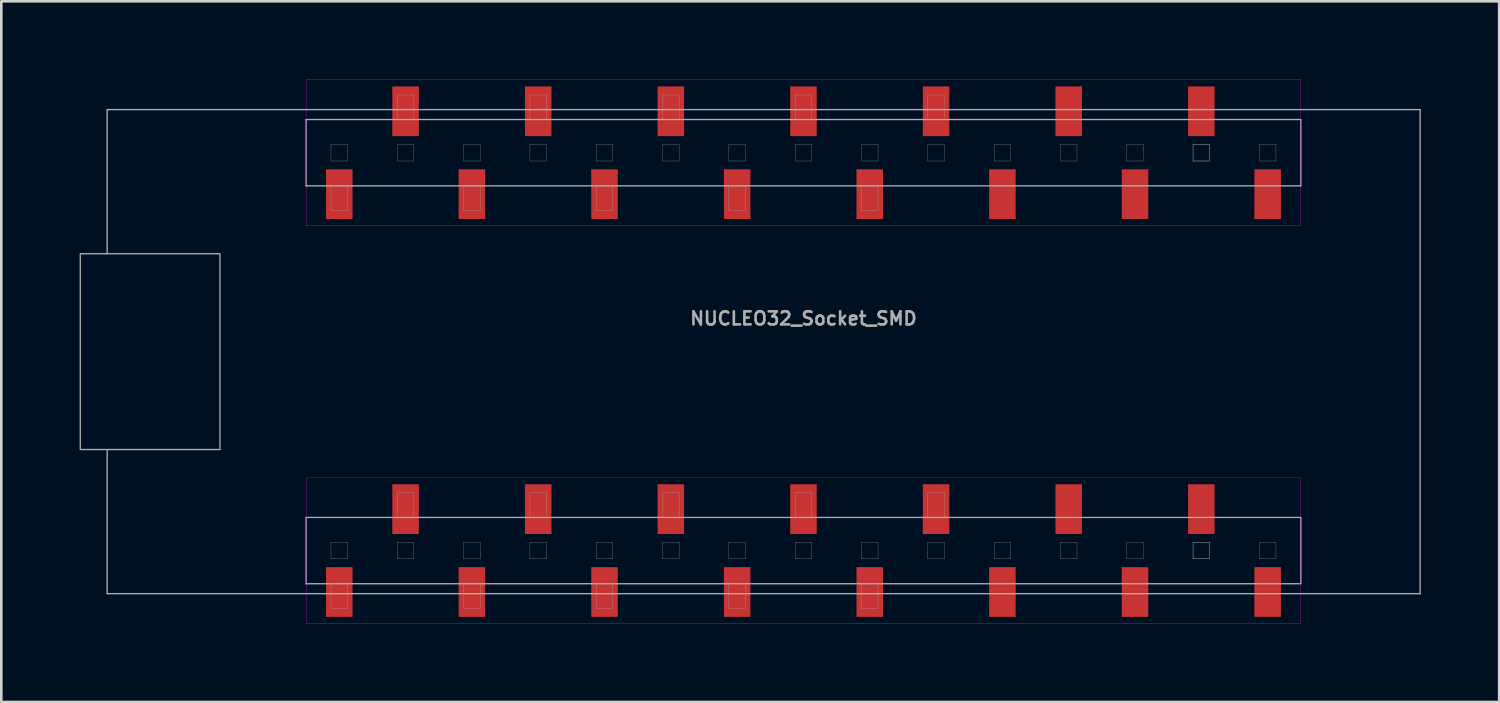
<source format=kicad_pcb>
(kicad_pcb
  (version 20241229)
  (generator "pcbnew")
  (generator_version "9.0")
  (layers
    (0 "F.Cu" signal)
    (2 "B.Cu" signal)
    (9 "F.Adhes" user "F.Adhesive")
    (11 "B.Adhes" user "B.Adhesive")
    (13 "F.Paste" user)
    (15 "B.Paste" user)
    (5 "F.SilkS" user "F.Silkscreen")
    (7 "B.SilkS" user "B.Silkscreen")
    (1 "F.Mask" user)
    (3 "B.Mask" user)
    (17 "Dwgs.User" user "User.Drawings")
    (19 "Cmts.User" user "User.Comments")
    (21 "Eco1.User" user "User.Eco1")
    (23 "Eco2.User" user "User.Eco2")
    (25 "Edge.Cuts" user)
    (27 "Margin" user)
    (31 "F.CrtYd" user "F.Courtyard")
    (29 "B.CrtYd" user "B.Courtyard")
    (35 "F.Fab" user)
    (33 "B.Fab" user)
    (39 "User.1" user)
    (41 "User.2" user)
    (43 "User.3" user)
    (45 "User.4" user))
  (footprint "NUCLEO32_Socket_SMD"
    (layer "F.Cu")
    (at 27.725 10.419)
    (property "Reference" "NUCLEO32_Socket_SMD" (at 0 -1.27 0) (layer "F.Fab") (effects (font (size 0.5 0.5) (thickness 0.1))))
    (attr smd)
    (fp_line (start -19.05 -10.414) (end -19.05 -4.826) (stroke (width 0.01) (type solid)) (layer "F.CrtYd"))
    (fp_line (start -19.05 -4.826) (end 19.05 -4.826) (stroke (width 0.01) (type solid)) (layer "F.CrtYd"))
    (fp_line (start -19.05 4.826) (end -19.05 10.414) (stroke (width 0.01) (type solid)) (layer "F.CrtYd"))
    (fp_line (start -19.05 10.414) (end 19.05 10.414) (stroke (width 0.01) (type solid)) (layer "F.CrtYd"))
    (fp_line (start 19.05 -10.414) (end -19.05 -10.414) (stroke (width 0.01) (type solid)) (layer "F.CrtYd"))
    (fp_line (start 19.05 -4.826) (end 19.05 -10.414) (stroke (width 0.01) (type solid)) (layer "F.CrtYd"))
    (fp_line (start 19.05 4.826) (end -19.05 4.826) (stroke (width 0.01) (type solid)) (layer "F.CrtYd"))
    (fp_line (start 19.05 10.414) (end 19.05 4.826) (stroke (width 0.01) (type solid)) (layer "F.CrtYd"))
    (fp_line (start -26.67 -9.271) (end 23.622 -9.271) (stroke (width 0.05) (type solid)) (layer "F.Fab"))
    (fp_line (start -26.67 -3.75) (end -26.67 -9.271) (stroke (width 0.05) (type solid)) (layer "F.Fab"))
    (fp_line (start -26.67 9.271) (end -26.67 3.75) (stroke (width 0.05) (type solid)) (layer "F.Fab"))
    (fp_line (start -19.05 -8.89) (end -19.05 -6.35) (stroke (width 0.05) (type solid)) (layer "F.Fab"))
    (fp_line (start -19.05 -6.35) (end 19.05 -6.35) (stroke (width 0.05) (type solid)) (layer "F.Fab"))
    (fp_line (start -19.05 6.35) (end -19.05 8.89) (stroke (width 0.05) (type solid)) (layer "F.Fab"))
    (fp_line (start -19.05 8.89) (end 19.05 8.89) (stroke (width 0.05) (type solid)) (layer "F.Fab"))
    (fp_line (start -18.098 -7.938) (end -18.098 -7.303) (stroke (width 0.01) (type solid)) (layer "F.Fab"))
    (fp_line (start -18.098 -7.303) (end -17.462 -7.303) (stroke (width 0.01) (type solid)) (layer "F.Fab"))
    (fp_line (start -18.098 -5.41) (end -18.098 -6.35) (stroke (width 0.01) (type solid)) (layer "F.Fab"))
    (fp_line (start -18.098 7.303) (end -18.098 7.938) (stroke (width 0.01) (type solid)) (layer "F.Fab"))
    (fp_line (start -18.098 7.938) (end -17.462 7.938) (stroke (width 0.01) (type solid)) (layer "F.Fab"))
    (fp_line (start -18.098 9.83) (end -18.098 8.89) (stroke (width 0.01) (type solid)) (layer "F.Fab"))
    (fp_line (start -17.462 -7.938) (end -18.098 -7.938) (stroke (width 0.01) (type solid)) (layer "F.Fab"))
    (fp_line (start -17.462 -7.303) (end -17.462 -7.938) (stroke (width 0.01) (type solid)) (layer "F.Fab"))
    (fp_line (start -17.462 -6.35) (end -17.462 -5.41) (stroke (width 0.01) (type solid)) (layer "F.Fab"))
    (fp_line (start -17.462 -5.41) (end -18.098 -5.41) (stroke (width 0.01) (type solid)) (layer "F.Fab"))
    (fp_line (start -17.462 7.303) (end -18.098 7.303) (stroke (width 0.01) (type solid)) (layer "F.Fab"))
    (fp_line (start -17.462 7.938) (end -17.462 7.303) (stroke (width 0.01) (type solid)) (layer "F.Fab"))
    (fp_line (start -17.462 8.89) (end -17.462 9.83) (stroke (width 0.01) (type solid)) (layer "F.Fab"))
    (fp_line (start -17.462 9.83) (end -18.098 9.83) (stroke (width 0.01) (type solid)) (layer "F.Fab"))
    (fp_line (start -15.557 -9.83) (end -14.922 -9.83) (stroke (width 0.01) (type solid)) (layer "F.Fab"))
    (fp_line (start -15.557 -8.89) (end -15.557 -9.83) (stroke (width 0.01) (type solid)) (layer "F.Fab"))
    (fp_line (start -15.557 -7.938) (end -15.557 -7.303) (stroke (width 0.01) (type solid)) (layer "F.Fab"))
    (fp_line (start -15.557 -7.303) (end -14.922 -7.303) (stroke (width 0.01) (type solid)) (layer "F.Fab"))
    (fp_line (start -15.557 5.41) (end -14.922 5.41) (stroke (width 0.01) (type solid)) (layer "F.Fab"))
    (fp_line (start -15.557 6.35) (end -15.557 5.41) (stroke (width 0.01) (type solid)) (layer "F.Fab"))
    (fp_line (start -15.557 7.303) (end -15.557 7.938) (stroke (width 0.01) (type solid)) (layer "F.Fab"))
    (fp_line (start -15.557 7.938) (end -14.922 7.938) (stroke (width 0.01) (type solid)) (layer "F.Fab"))
    (fp_line (start -14.922 -9.83) (end -14.922 -8.89) (stroke (width 0.01) (type solid)) (layer "F.Fab"))
    (fp_line (start -14.922 -7.938) (end -15.557 -7.938) (stroke (width 0.01) (type solid)) (layer "F.Fab"))
    (fp_line (start -14.922 -7.303) (end -14.922 -7.938) (stroke (width 0.01) (type solid)) (layer "F.Fab"))
    (fp_line (start -14.922 5.41) (end -14.922 6.35) (stroke (width 0.01) (type solid)) (layer "F.Fab"))
    (fp_line (start -14.922 7.303) (end -15.557 7.303) (stroke (width 0.01) (type solid)) (layer "F.Fab"))
    (fp_line (start -14.922 7.938) (end -14.922 7.303) (stroke (width 0.01) (type solid)) (layer "F.Fab"))
    (fp_line (start -13.018 -7.938) (end -13.018 -7.303) (stroke (width 0.01) (type solid)) (layer "F.Fab"))
    (fp_line (start -13.018 -7.303) (end -12.383 -7.303) (stroke (width 0.01) (type solid)) (layer "F.Fab"))
    (fp_line (start -13.018 -5.41) (end -13.018 -6.35) (stroke (width 0.01) (type solid)) (layer "F.Fab"))
    (fp_line (start -13.018 7.303) (end -13.018 7.938) (stroke (width 0.01) (type solid)) (layer "F.Fab"))
    (fp_line (start -13.018 7.938) (end -12.383 7.938) (stroke (width 0.01) (type solid)) (layer "F.Fab"))
    (fp_line (start -13.018 9.83) (end -13.018 8.89) (stroke (width 0.01) (type solid)) (layer "F.Fab"))
    (fp_line (start -12.383 -7.938) (end -13.018 -7.938) (stroke (width 0.01) (type solid)) (layer "F.Fab"))
    (fp_line (start -12.383 -7.303) (end -12.383 -7.938) (stroke (width 0.01) (type solid)) (layer "F.Fab"))
    (fp_line (start -12.383 -6.35) (end -12.383 -5.41) (stroke (width 0.01) (type solid)) (layer "F.Fab"))
    (fp_line (start -12.383 -5.41) (end -13.018 -5.41) (stroke (width 0.01) (type solid)) (layer "F.Fab"))
    (fp_line (start -12.383 7.303) (end -13.018 7.303) (stroke (width 0.01) (type solid)) (layer "F.Fab"))
    (fp_line (start -12.383 7.938) (end -12.383 7.303) (stroke (width 0.01) (type solid)) (layer "F.Fab"))
    (fp_line (start -12.383 8.89) (end -12.383 9.83) (stroke (width 0.01) (type solid)) (layer "F.Fab"))
    (fp_line (start -12.383 9.83) (end -13.018 9.83) (stroke (width 0.01) (type solid)) (layer "F.Fab"))
    (fp_line (start -10.477 -9.83) (end -9.842 -9.83) (stroke (width 0.01) (type solid)) (layer "F.Fab"))
    (fp_line (start -10.477 -8.89) (end -10.477 -9.83) (stroke (width 0.01) (type solid)) (layer "F.Fab"))
    (fp_line (start -10.477 -7.938) (end -10.477 -7.303) (stroke (width 0.01) (type solid)) (layer "F.Fab"))
    (fp_line (start -10.477 -7.303) (end -9.842 -7.303) (stroke (width 0.01) (type solid)) (layer "F.Fab"))
    (fp_line (start -10.477 5.41) (end -9.842 5.41) (stroke (width 0.01) (type solid)) (layer "F.Fab"))
    (fp_line (start -10.477 6.35) (end -10.477 5.41) (stroke (width 0.01) (type solid)) (layer "F.Fab"))
    (fp_line (start -10.477 7.303) (end -10.477 7.938) (stroke (width 0.01) (type solid)) (layer "F.Fab"))
    (fp_line (start -10.477 7.938) (end -9.842 7.938) (stroke (width 0.01) (type solid)) (layer "F.Fab"))
    (fp_line (start -9.842 -9.83) (end -9.842 -8.89) (stroke (width 0.01) (type solid)) (layer "F.Fab"))
    (fp_line (start -9.842 -7.938) (end -10.477 -7.938) (stroke (width 0.01) (type solid)) (layer "F.Fab"))
    (fp_line (start -9.842 -7.303) (end -9.842 -7.938) (stroke (width 0.01) (type solid)) (layer "F.Fab"))
    (fp_line (start -9.842 5.41) (end -9.842 6.35) (stroke (width 0.01) (type solid)) (layer "F.Fab"))
    (fp_line (start -9.842 7.303) (end -10.477 7.303) (stroke (width 0.01) (type solid)) (layer "F.Fab"))
    (fp_line (start -9.842 7.938) (end -9.842 7.303) (stroke (width 0.01) (type solid)) (layer "F.Fab"))
    (fp_line (start -7.938 -7.938) (end -7.938 -7.303) (stroke (width 0.01) (type solid)) (layer "F.Fab"))
    (fp_line (start -7.938 -7.303) (end -7.303 -7.303) (stroke (width 0.01) (type solid)) (layer "F.Fab"))
    (fp_line (start -7.938 -5.41) (end -7.938 -6.35) (stroke (width 0.01) (type solid)) (layer "F.Fab"))
    (fp_line (start -7.938 7.303) (end -7.938 7.938) (stroke (width 0.01) (type solid)) (layer "F.Fab"))
    (fp_line (start -7.938 7.938) (end -7.303 7.938) (stroke (width 0.01) (type solid)) (layer "F.Fab"))
    (fp_line (start -7.938 9.83) (end -7.938 8.89) (stroke (width 0.01) (type solid)) (layer "F.Fab"))
    (fp_line (start -7.303 -7.938) (end -7.938 -7.938) (stroke (width 0.01) (type solid)) (layer "F.Fab"))
    (fp_line (start -7.303 -7.303) (end -7.303 -7.938) (stroke (width 0.01) (type solid)) (layer "F.Fab"))
    (fp_line (start -7.303 -6.35) (end -7.303 -5.41) (stroke (width 0.01) (type solid)) (layer "F.Fab"))
    (fp_line (start -7.303 -5.41) (end -7.938 -5.41) (stroke (width 0.01) (type solid)) (layer "F.Fab"))
    (fp_line (start -7.303 7.303) (end -7.938 7.303) (stroke (width 0.01) (type solid)) (layer "F.Fab"))
    (fp_line (start -7.303 7.938) (end -7.303 7.303) (stroke (width 0.01) (type solid)) (layer "F.Fab"))
    (fp_line (start -7.303 8.89) (end -7.303 9.83) (stroke (width 0.01) (type solid)) (layer "F.Fab"))
    (fp_line (start -7.303 9.83) (end -7.938 9.83) (stroke (width 0.01) (type solid)) (layer "F.Fab"))
    (fp_line (start -5.397 -9.83) (end -4.763 -9.83) (stroke (width 0.01) (type solid)) (layer "F.Fab"))
    (fp_line (start -5.397 -8.89) (end -5.397 -9.83) (stroke (width 0.01) (type solid)) (layer "F.Fab"))
    (fp_line (start -5.397 -7.938) (end -5.397 -7.303) (stroke (width 0.01) (type solid)) (layer "F.Fab"))
    (fp_line (start -5.397 -7.303) (end -4.763 -7.303) (stroke (width 0.01) (type solid)) (layer "F.Fab"))
    (fp_line (start -5.397 5.41) (end -4.763 5.41) (stroke (width 0.01) (type solid)) (layer "F.Fab"))
    (fp_line (start -5.397 6.35) (end -5.397 5.41) (stroke (width 0.01) (type solid)) (layer "F.Fab"))
    (fp_line (start -5.397 7.303) (end -5.397 7.938) (stroke (width 0.01) (type solid)) (layer "F.Fab"))
    (fp_line (start -5.397 7.938) (end -4.763 7.938) (stroke (width 0.01) (type solid)) (layer "F.Fab"))
    (fp_line (start -4.763 -9.83) (end -4.763 -8.89) (stroke (width 0.01) (type solid)) (layer "F.Fab"))
    (fp_line (start -4.763 -7.938) (end -5.397 -7.938) (stroke (width 0.01) (type solid)) (layer "F.Fab"))
    (fp_line (start -4.763 -7.303) (end -4.763 -7.938) (stroke (width 0.01) (type solid)) (layer "F.Fab"))
    (fp_line (start -4.763 5.41) (end -4.763 6.35) (stroke (width 0.01) (type solid)) (layer "F.Fab"))
    (fp_line (start -4.763 7.303) (end -5.397 7.303) (stroke (width 0.01) (type solid)) (layer "F.Fab"))
    (fp_line (start -4.763 7.938) (end -4.763 7.303) (stroke (width 0.01) (type solid)) (layer "F.Fab"))
    (fp_line (start -2.857 -7.938) (end -2.857 -7.303) (stroke (width 0.01) (type solid)) (layer "F.Fab"))
    (fp_line (start -2.857 -7.303) (end -2.223 -7.303) (stroke (width 0.01) (type solid)) (layer "F.Fab"))
    (fp_line (start -2.857 -5.41) (end -2.857 -6.35) (stroke (width 0.01) (type solid)) (layer "F.Fab"))
    (fp_line (start -2.857 7.303) (end -2.857 7.938) (stroke (width 0.01) (type solid)) (layer "F.Fab"))
    (fp_line (start -2.857 7.938) (end -2.223 7.938) (stroke (width 0.01) (type solid)) (layer "F.Fab"))
    (fp_line (start -2.857 9.83) (end -2.857 8.89) (stroke (width 0.01) (type solid)) (layer "F.Fab"))
    (fp_line (start -2.223 -7.938) (end -2.857 -7.938) (stroke (width 0.01) (type solid)) (layer "F.Fab"))
    (fp_line (start -2.223 -7.303) (end -2.223 -7.938) (stroke (width 0.01) (type solid)) (layer "F.Fab"))
    (fp_line (start -2.223 -6.35) (end -2.223 -5.41) (stroke (width 0.01) (type solid)) (layer "F.Fab"))
    (fp_line (start -2.223 -5.41) (end -2.857 -5.41) (stroke (width 0.01) (type solid)) (layer "F.Fab"))
    (fp_line (start -2.223 7.303) (end -2.857 7.303) (stroke (width 0.01) (type solid)) (layer "F.Fab"))
    (fp_line (start -2.223 7.938) (end -2.223 7.303) (stroke (width 0.01) (type solid)) (layer "F.Fab"))
    (fp_line (start -2.223 8.89) (end -2.223 9.83) (stroke (width 0.01) (type solid)) (layer "F.Fab"))
    (fp_line (start -2.223 9.83) (end -2.857 9.83) (stroke (width 0.01) (type solid)) (layer "F.Fab"))
    (fp_line (start -0.318 -9.83) (end 0.318 -9.83) (stroke (width 0.01) (type solid)) (layer "F.Fab"))
    (fp_line (start -0.318 -8.89) (end -0.318 -9.83) (stroke (width 0.01) (type solid)) (layer "F.Fab"))
    (fp_line (start -0.318 -7.938) (end -0.318 -7.303) (stroke (width 0.01) (type solid)) (layer "F.Fab"))
    (fp_line (start -0.318 -7.303) (end 0.318 -7.303) (stroke (width 0.01) (type solid)) (layer "F.Fab"))
    (fp_line (start -0.318 5.41) (end 0.318 5.41) (stroke (width 0.01) (type solid)) (layer "F.Fab"))
    (fp_line (start -0.318 6.35) (end -0.318 5.41) (stroke (width 0.01) (type solid)) (layer "F.Fab"))
    (fp_line (start -0.318 7.303) (end -0.318 7.938) (stroke (width 0.01) (type solid)) (layer "F.Fab"))
    (fp_line (start -0.318 7.938) (end 0.318 7.938) (stroke (width 0.01) (type solid)) (layer "F.Fab"))
    (fp_line (start 0.318 -9.83) (end 0.318 -8.89) (stroke (width 0.01) (type solid)) (layer "F.Fab"))
    (fp_line (start 0.318 -7.938) (end -0.318 -7.938) (stroke (width 0.01) (type solid)) (layer "F.Fab"))
    (fp_line (start 0.318 -7.303) (end 0.318 -7.938) (stroke (width 0.01) (type solid)) (layer "F.Fab"))
    (fp_line (start 0.318 5.41) (end 0.318 6.35) (stroke (width 0.01) (type solid)) (layer "F.Fab"))
    (fp_line (start 0.318 7.303) (end -0.318 7.303) (stroke (width 0.01) (type solid)) (layer "F.Fab"))
    (fp_line (start 0.318 7.938) (end 0.318 7.303) (stroke (width 0.01) (type solid)) (layer "F.Fab"))
    (fp_line (start 2.223 -7.938) (end 2.223 -7.303) (stroke (width 0.01) (type solid)) (layer "F.Fab"))
    (fp_line (start 2.223 -7.303) (end 2.857 -7.303) (stroke (width 0.01) (type solid)) (layer "F.Fab"))
    (fp_line (start 2.223 -5.41) (end 2.223 -6.35) (stroke (width 0.01) (type solid)) (layer "F.Fab"))
    (fp_line (start 2.223 7.303) (end 2.223 7.938) (stroke (width 0.01) (type solid)) (layer "F.Fab"))
    (fp_line (start 2.223 7.938) (end 2.857 7.938) (stroke (width 0.01) (type solid)) (layer "F.Fab"))
    (fp_line (start 2.223 9.83) (end 2.223 8.89) (stroke (width 0.01) (type solid)) (layer "F.Fab"))
    (fp_line (start 2.857 -7.938) (end 2.223 -7.938) (stroke (width 0.01) (type solid)) (layer "F.Fab"))
    (fp_line (start 2.857 -7.303) (end 2.857 -7.938) (stroke (width 0.01) (type solid)) (layer "F.Fab"))
    (fp_line (start 2.857 -6.35) (end 2.857 -5.41) (stroke (width 0.01) (type solid)) (layer "F.Fab"))
    (fp_line (start 2.857 -5.41) (end 2.223 -5.41) (stroke (width 0.01) (type solid)) (layer "F.Fab"))
    (fp_line (start 2.857 7.303) (end 2.223 7.303) (stroke (width 0.01) (type solid)) (layer "F.Fab"))
    (fp_line (start 2.857 7.938) (end 2.857 7.303) (stroke (width 0.01) (type solid)) (layer "F.Fab"))
    (fp_line (start 2.857 8.89) (end 2.857 9.83) (stroke (width 0.01) (type solid)) (layer "F.Fab"))
    (fp_line (start 2.857 9.83) (end 2.223 9.83) (stroke (width 0.01) (type solid)) (layer "F.Fab"))
    (fp_line (start 4.763 -9.83) (end 5.397 -9.83) (stroke (width 0.01) (type solid)) (layer "F.Fab"))
    (fp_line (start 4.763 -8.89) (end 4.763 -9.83) (stroke (width 0.01) (type solid)) (layer "F.Fab"))
    (fp_line (start 4.763 -7.938) (end 4.763 -7.303) (stroke (width 0.01) (type solid)) (layer "F.Fab"))
    (fp_line (start 4.763 -7.303) (end 5.397 -7.303) (stroke (width 0.01) (type solid)) (layer "F.Fab"))
    (fp_line (start 4.763 5.41) (end 5.397 5.41) (stroke (width 0.01) (type solid)) (layer "F.Fab"))
    (fp_line (start 4.763 6.35) (end 4.763 5.41) (stroke (width 0.01) (type solid)) (layer "F.Fab"))
    (fp_line (start 4.763 7.303) (end 4.763 7.938) (stroke (width 0.01) (type solid)) (layer "F.Fab"))
    (fp_line (start 4.763 7.938) (end 5.397 7.938) (stroke (width 0.01) (type solid)) (layer "F.Fab"))
    (fp_line (start 5.397 -9.83) (end 5.397 -8.89) (stroke (width 0.01) (type solid)) (layer "F.Fab"))
    (fp_line (start 5.397 -7.938) (end 4.763 -7.938) (stroke (width 0.01) (type solid)) (layer "F.Fab"))
    (fp_line (start 5.397 -7.303) (end 5.397 -7.938) (stroke (width 0.01) (type solid)) (layer "F.Fab"))
    (fp_line (start 5.397 5.41) (end 5.397 6.35) (stroke (width 0.01) (type solid)) (layer "F.Fab"))
    (fp_line (start 5.397 7.303) (end 4.763 7.303) (stroke (width 0.01) (type solid)) (layer "F.Fab"))
    (fp_line (start 5.397 7.938) (end 5.397 7.303) (stroke (width 0.01) (type solid)) (layer "F.Fab"))
    (fp_line (start 7.303 -7.938) (end 7.303 -7.303) (stroke (width 0.01) (type solid)) (layer "F.Fab"))
    (fp_line (start 7.303 -7.303) (end 7.938 -7.303) (stroke (width 0.01) (type solid)) (layer "F.Fab"))
    (fp_line (start 7.303 7.303) (end 7.303 7.938) (stroke (width 0.01) (type solid)) (layer "F.Fab"))
    (fp_line (start 7.303 7.938) (end 7.938 7.938) (stroke (width 0.01) (type solid)) (layer "F.Fab"))
    (fp_line (start 7.938 -7.938) (end 7.303 -7.938) (stroke (width 0.01) (type solid)) (layer "F.Fab"))
    (fp_line (start 7.938 -7.303) (end 7.938 -7.938) (stroke (width 0.01) (type solid)) (layer "F.Fab"))
    (fp_line (start 7.938 7.303) (end 7.303 7.303) (stroke (width 0.01) (type solid)) (layer "F.Fab"))
    (fp_line (start 7.938 7.938) (end 7.938 7.303) (stroke (width 0.01) (type solid)) (layer "F.Fab"))
    (fp_line (start 9.842 -7.938) (end 9.842 -7.303) (stroke (width 0.01) (type solid)) (layer "F.Fab"))
    (fp_line (start 9.842 -7.303) (end 10.477 -7.303) (stroke (width 0.01) (type solid)) (layer "F.Fab"))
    (fp_line (start 9.842 7.303) (end 9.842 7.938) (stroke (width 0.01) (type solid)) (layer "F.Fab"))
    (fp_line (start 9.842 7.938) (end 10.477 7.938) (stroke (width 0.01) (type solid)) (layer "F.Fab"))
    (fp_line (start 10.477 -7.938) (end 9.842 -7.938) (stroke (width 0.01) (type solid)) (layer "F.Fab"))
    (fp_line (start 10.477 -7.303) (end 10.477 -7.938) (stroke (width 0.01) (type solid)) (layer "F.Fab"))
    (fp_line (start 10.477 7.303) (end 9.842 7.303) (stroke (width 0.01) (type solid)) (layer "F.Fab"))
    (fp_line (start 10.477 7.938) (end 10.477 7.303) (stroke (width 0.01) (type solid)) (layer "F.Fab"))
    (fp_line (start 12.383 -7.938) (end 12.383 -7.303) (stroke (width 0.01) (type solid)) (layer "F.Fab"))
    (fp_line (start 12.383 -7.303) (end 13.018 -7.303) (stroke (width 0.01) (type solid)) (layer "F.Fab"))
    (fp_line (start 12.383 7.303) (end 12.383 7.938) (stroke (width 0.01) (type solid)) (layer "F.Fab"))
    (fp_line (start 12.383 7.938) (end 13.018 7.938) (stroke (width 0.01) (type solid)) (layer "F.Fab"))
    (fp_line (start 13.018 -7.938) (end 12.383 -7.938) (stroke (width 0.01) (type solid)) (layer "F.Fab"))
    (fp_line (start 13.018 -7.303) (end 13.018 -7.938) (stroke (width 0.01) (type solid)) (layer "F.Fab"))
    (fp_line (start 13.018 7.303) (end 12.383 7.303) (stroke (width 0.01) (type solid)) (layer "F.Fab"))
    (fp_line (start 13.018 7.938) (end 13.018 7.303) (stroke (width 0.01) (type solid)) (layer "F.Fab"))
    (fp_line (start 14.922 -7.938) (end 14.922 -7.303) (stroke (width 0.01) (type solid)) (layer "F.Fab"))
    (fp_line (start 14.922 -7.938) (end 14.922 -7.303) (stroke (width 0.01) (type solid)) (layer "F.Fab"))
    (fp_line (start 14.922 -7.303) (end 15.557 -7.303) (stroke (width 0.01) (type solid)) (layer "F.Fab"))
    (fp_line (start 14.922 -7.303) (end 15.557 -7.303) (stroke (width 0.01) (type solid)) (layer "F.Fab"))
    (fp_line (start 14.922 7.303) (end 14.922 7.938) (stroke (width 0.01) (type solid)) (layer "F.Fab"))
    (fp_line (start 14.922 7.303) (end 14.922 7.938) (stroke (width 0.01) (type solid)) (layer "F.Fab"))
    (fp_line (start 14.922 7.938) (end 15.557 7.938) (stroke (width 0.01) (type solid)) (layer "F.Fab"))
    (fp_line (start 14.922 7.938) (end 15.557 7.938) (stroke (width 0.01) (type solid)) (layer "F.Fab"))
    (fp_line (start 15.557 -7.938) (end 14.922 -7.938) (stroke (width 0.01) (type solid)) (layer "F.Fab"))
    (fp_line (start 15.557 -7.938) (end 14.922 -7.938) (stroke (width 0.01) (type solid)) (layer "F.Fab"))
    (fp_line (start 15.557 -7.303) (end 15.557 -7.938) (stroke (width 0.01) (type solid)) (layer "F.Fab"))
    (fp_line (start 15.557 -7.303) (end 15.557 -7.938) (stroke (width 0.01) (type solid)) (layer "F.Fab"))
    (fp_line (start 15.557 7.303) (end 14.922 7.303) (stroke (width 0.01) (type solid)) (layer "F.Fab"))
    (fp_line (start 15.557 7.303) (end 14.922 7.303) (stroke (width 0.01) (type solid)) (layer "F.Fab"))
    (fp_line (start 15.557 7.938) (end 15.557 7.303) (stroke (width 0.01) (type solid)) (layer "F.Fab"))
    (fp_line (start 15.557 7.938) (end 15.557 7.303) (stroke (width 0.01) (type solid)) (layer "F.Fab"))
    (fp_line (start 17.462 -7.938) (end 17.462 -7.303) (stroke (width 0.01) (type solid)) (layer "F.Fab"))
    (fp_line (start 17.462 -7.303) (end 18.098 -7.303) (stroke (width 0.01) (type solid)) (layer "F.Fab"))
    (fp_line (start 17.462 7.303) (end 17.462 7.938) (stroke (width 0.01) (type solid)) (layer "F.Fab"))
    (fp_line (start 17.462 7.938) (end 18.098 7.938) (stroke (width 0.01) (type solid)) (layer "F.Fab"))
    (fp_line (start 18.098 -7.938) (end 17.462 -7.938) (stroke (width 0.01) (type solid)) (layer "F.Fab"))
    (fp_line (start 18.098 -7.303) (end 18.098 -7.938) (stroke (width 0.01) (type solid)) (layer "F.Fab"))
    (fp_line (start 18.098 7.303) (end 17.462 7.303) (stroke (width 0.01) (type solid)) (layer "F.Fab"))
    (fp_line (start 18.098 7.938) (end 18.098 7.303) (stroke (width 0.01) (type solid)) (layer "F.Fab"))
    (fp_line (start 19.05 -8.89) (end -19.05 -8.89) (stroke (width 0.05) (type solid)) (layer "F.Fab"))
    (fp_line (start 19.05 -6.35) (end 19.05 -8.89) (stroke (width 0.05) (type solid)) (layer "F.Fab"))
    (fp_line (start 19.05 6.35) (end -19.05 6.35) (stroke (width 0.05) (type solid)) (layer "F.Fab"))
    (fp_line (start 19.05 8.89) (end 19.05 6.35) (stroke (width 0.05) (type solid)) (layer "F.Fab"))
    (fp_line (start 23.622 -9.271) (end 23.622 9.271) (stroke (width 0.05) (type solid)) (layer "F.Fab"))
    (fp_line (start 23.622 9.271) (end -26.67 9.271) (stroke (width 0.05) (type solid)) (layer "F.Fab"))
    (fp_rect (start -27.7 -3.75) (end -22.35 3.75) (stroke (width 0.05) (type solid)) (fill no) (layer "F.Fab"))
    (pad "CN3-1" smd rect (at -17.78 9.207) (size 1.016 1.905) (layers "F.Cu" "F.Mask" "F.Paste"))
    (pad "CN3-2" smd rect (at -15.24 6.032) (size 1.016 1.905) (layers "F.Cu" "F.Mask" "F.Paste"))
    (pad "CN3-3" smd rect (at -12.7 9.207) (size 1.016 1.905) (layers "F.Cu" "F.Mask" "F.Paste"))
    (pad "CN3-4" smd rect (at -10.16 6.032) (size 1.016 1.905) (layers "F.Cu" "F.Mask" "F.Paste"))
    (pad "CN3-5" smd rect (at -7.62 9.207) (size 1.016 1.905) (layers "F.Cu" "F.Mask" "F.Paste"))
    (pad "CN3-6" smd rect (at -5.08 6.032) (size 1.016 1.905) (layers "F.Cu" "F.Mask" "F.Paste"))
    (pad "CN3-7" smd rect (at -2.54 9.207) (size 1.016 1.905) (layers "F.Cu" "F.Mask" "F.Paste"))
    (pad "CN3-8" smd rect (at 0 6.032) (size 1.016 1.905) (layers "F.Cu" "F.Mask" "F.Paste"))
    (pad "CN3-9" smd rect (at 2.54 9.207) (size 1.016 1.905) (layers "F.Cu" "F.Mask" "F.Paste"))
    (pad "CN3-10" smd rect (at 5.08 6.032) (size 1.016 1.905) (layers "F.Cu" "F.Mask" "F.Paste"))
    (pad "CN3-11" smd rect (at 7.62 9.207) (size 1.016 1.905) (layers "F.Cu" "F.Mask" "F.Paste"))
    (pad "CN3-12" smd rect (at 10.16 6.032) (size 1.016 1.905) (layers "F.Cu" "F.Mask" "F.Paste"))
    (pad "CN3-13" smd rect (at 12.7 9.207) (size 1.016 1.905) (layers "F.Cu" "F.Mask" "F.Paste"))
    (pad "CN3-14" smd rect (at 15.24 6.032) (size 1.016 1.905) (layers "F.Cu" "F.Mask" "F.Paste"))
    (pad "CN3-15" smd rect (at 17.78 9.207) (size 1.016 1.905) (layers "F.Cu" "F.Mask" "F.Paste"))
    (pad "CN4-1" smd rect (at -17.78 -6.032) (size 1.016 1.905) (layers "F.Cu" "F.Mask" "F.Paste"))
    (pad "CN4-2" smd rect (at -15.24 -9.207) (size 1.016 1.905) (layers "F.Cu" "F.Mask" "F.Paste"))
    (pad "CN4-3" smd rect (at -12.7 -6.032) (size 1.016 1.905) (layers "F.Cu" "F.Mask" "F.Paste"))
    (pad "CN4-4" smd rect (at -10.16 -9.207) (size 1.016 1.905) (layers "F.Cu" "F.Mask" "F.Paste"))
    (pad "CN4-5" smd rect (at -7.62 -6.032) (size 1.016 1.905) (layers "F.Cu" "F.Mask" "F.Paste"))
    (pad "CN4-6" smd rect (at -5.08 -9.207) (size 1.016 1.905) (layers "F.Cu" "F.Mask" "F.Paste"))
    (pad "CN4-7" smd rect (at -2.54 -6.032) (size 1.016 1.905) (layers "F.Cu" "F.Mask" "F.Paste"))
    (pad "CN4-8" smd rect (at 0 -9.207) (size 1.016 1.905) (layers "F.Cu" "F.Mask" "F.Paste"))
    (pad "CN4-9" smd rect (at 2.54 -6.032) (size 1.016 1.905) (layers "F.Cu" "F.Mask" "F.Paste"))
    (pad "CN4-10" smd rect (at 5.08 -9.207) (size 1.016 1.905) (layers "F.Cu" "F.Mask" "F.Paste"))
    (pad "CN4-11" smd rect (at 7.62 -6.032) (size 1.016 1.905) (layers "F.Cu" "F.Mask" "F.Paste"))
    (pad "CN4-12" smd rect (at 10.16 -9.207) (size 1.016 1.905) (layers "F.Cu" "F.Mask" "F.Paste"))
    (pad "CN4-13" smd rect (at 12.7 -6.032) (size 1.016 1.905) (layers "F.Cu" "F.Mask" "F.Paste"))
    (pad "CN4-14" smd rect (at 15.24 -9.207) (size 1.016 1.905) (layers "F.Cu" "F.Mask" "F.Paste"))
    (pad "CN4-15" smd rect (at 17.78 -6.032) (size 1.016 1.905) (layers "F.Cu" "F.Mask" "F.Paste")))
  (gr_rect
    (start -3 -3)
    (end 54.372 23.838)
    (stroke (width 0.1) (type default))
    (fill no)
    (layer "Edge.Cuts")))
</source>
